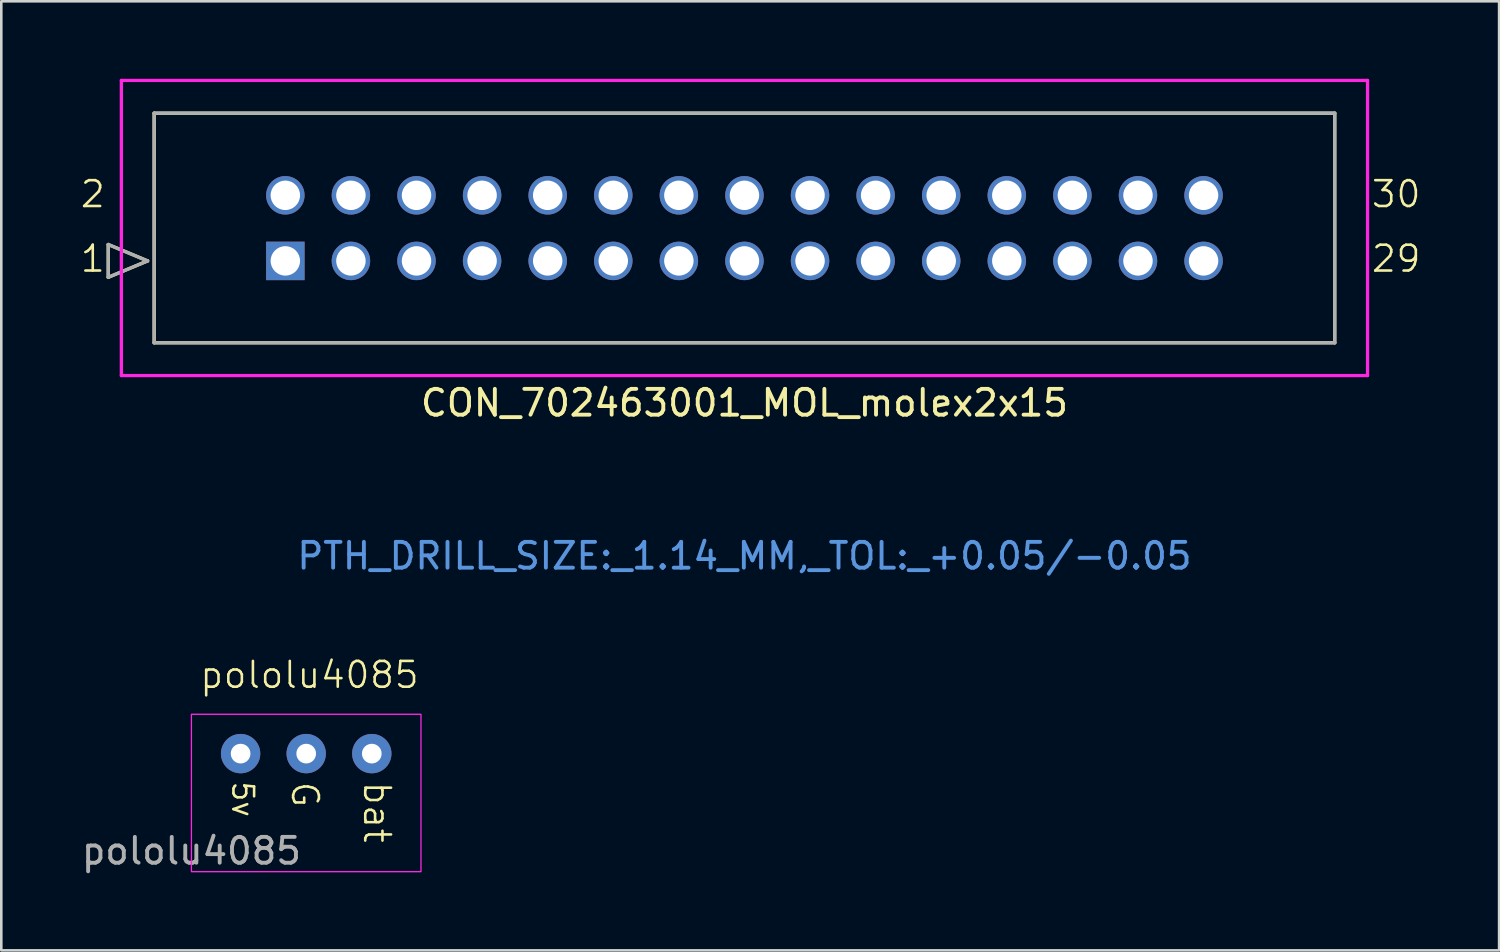
<source format=kicad_pcb>
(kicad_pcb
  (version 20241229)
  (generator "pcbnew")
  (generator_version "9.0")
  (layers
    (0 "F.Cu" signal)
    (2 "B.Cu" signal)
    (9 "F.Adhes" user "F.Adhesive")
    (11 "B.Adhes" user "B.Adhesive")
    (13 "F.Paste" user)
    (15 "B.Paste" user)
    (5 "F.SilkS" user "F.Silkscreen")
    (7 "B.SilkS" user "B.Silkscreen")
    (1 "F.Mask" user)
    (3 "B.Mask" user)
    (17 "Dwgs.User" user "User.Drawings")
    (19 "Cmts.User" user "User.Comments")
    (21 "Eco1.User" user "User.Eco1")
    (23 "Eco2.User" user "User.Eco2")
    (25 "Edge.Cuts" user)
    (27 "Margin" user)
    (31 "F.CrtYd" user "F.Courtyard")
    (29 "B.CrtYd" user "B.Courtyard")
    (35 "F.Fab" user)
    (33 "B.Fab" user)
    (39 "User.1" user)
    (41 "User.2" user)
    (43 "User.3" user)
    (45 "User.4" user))
  (footprint "CON_702463001_MOL_molex2x15"
    (layer "F.Cu")
    (at 8 7.054)
    (property "Reference" "CON_702463001_MOL_molex2x15" (at 17.78 5.5 0) (unlocked yes) (layer "F.SilkS") (effects (font (size 1 1) (thickness 0.15))))
    (attr through_hole)
    (fp_line (start -6.858 -0.635) (end -6.858 0.635) (stroke (width 0.127) (type solid)) (layer "F.SilkS"))
    (fp_line (start -6.858 0.635) (end -5.334 0) (stroke (width 0.127) (type solid)) (layer "F.SilkS"))
    (fp_line (start -5.334 0) (end -6.858 -0.635) (stroke (width 0.127) (type solid)) (layer "F.SilkS"))
    (fp_line (start -5.08 -5.72) (end -5.08 3.17) (stroke (width 0.127) (type solid)) (layer "F.SilkS"))
    (fp_line (start -5.08 3.17) (end 40.64 3.17) (stroke (width 0.127) (type solid)) (layer "F.SilkS"))
    (fp_line (start 40.64 -5.72) (end -5.08 -5.72) (stroke (width 0.127) (type solid)) (layer "F.SilkS"))
    (fp_line (start 40.64 3.17) (end 40.64 -5.72) (stroke (width 0.127) (type solid)) (layer "F.SilkS"))
    (fp_line (start -6.35 -6.99) (end -6.35 4.44) (stroke (width 0.127) (type solid)) (layer "F.CrtYd"))
    (fp_line (start -6.35 4.44) (end 41.91 4.44) (stroke (width 0.127) (type solid)) (layer "F.CrtYd"))
    (fp_line (start 41.91 -6.99) (end -6.35 -6.99) (stroke (width 0.127) (type solid)) (layer "F.CrtYd"))
    (fp_line (start 41.91 4.44) (end 41.91 -6.99) (stroke (width 0.127) (type solid)) (layer "F.CrtYd"))
    (fp_line (start -6.858 -0.635) (end -6.858 0.635) (stroke (width 0.127) (type solid)) (layer "F.Fab"))
    (fp_line (start -6.858 0.635) (end -5.334 0) (stroke (width 0.127) (type solid)) (layer "F.Fab"))
    (fp_line (start -5.334 0) (end -6.858 -0.635) (stroke (width 0.127) (type solid)) (layer "F.Fab"))
    (fp_line (start -5.08 -5.72) (end -5.08 3.17) (stroke (width 0.127) (type solid)) (layer "F.Fab"))
    (fp_line (start -5.08 3.17) (end 40.64 3.17) (stroke (width 0.127) (type solid)) (layer "F.Fab"))
    (fp_line (start 40.64 -5.72) (end -5.08 -5.72) (stroke (width 0.127) (type solid)) (layer "F.Fab"))
    (fp_line (start 40.64 3.17) (end 40.64 -5.72) (stroke (width 0.127) (type solid)) (layer "F.Fab"))
    (fp_text user "2" (at -8 -2 0) (unlocked yes) (layer "F.SilkS") (effects (font (size 1 1) (thickness 0.1)) (justify left bottom)))
    (fp_text user "29" (at 42 0.5 0) (unlocked yes) (layer "F.SilkS") (effects (font (size 1 1) (thickness 0.1)) (justify left bottom)))
    (fp_text user "30" (at 42 -2 0) (unlocked yes) (layer "F.SilkS") (effects (font (size 1 1) (thickness 0.1)) (justify left bottom)))
    (fp_text user "1" (at -8 0.5 0) (unlocked yes) (layer "F.SilkS") (effects (font (size 1 1) (thickness 0.1)) (justify left bottom)))
    (fp_text user "PTH_DRILL_SIZE:_1.14_MM,_TOL:_+0.05/-0.05" (at 17.78 11.425 0) (unlocked yes) (layer "Cmts.User") (effects (font (size 1 1) (thickness 0.15))))
    (pad "1" thru_hole rect (at 0 0) (size 1.49 1.49) (drill 1.14) (layers "*.Cu" "*.Mask"))
    (pad "2" thru_hole circle (at 0 -2.54) (size 1.49 1.49) (drill 1.14) (layers "*.Cu" "*.Mask"))
    (pad "3" thru_hole circle (at 2.54 0 90) (size 1.49 1.49) (drill 1.14) (layers "*.Cu" "*.Mask"))
    (pad "4" thru_hole circle (at 2.54 -2.54 90) (size 1.49 1.49) (drill 1.14) (layers "*.Cu" "*.Mask"))
    (pad "5" thru_hole circle (at 5.08 0 90) (size 1.49 1.49) (drill 1.14) (layers "*.Cu" "*.Mask"))
    (pad "6" thru_hole circle (at 5.08 -2.54 90) (size 1.49 1.49) (drill 1.14) (layers "*.Cu" "*.Mask"))
    (pad "7" thru_hole circle (at 7.62 0 90) (size 1.49 1.49) (drill 1.14) (layers "*.Cu" "*.Mask"))
    (pad "8" thru_hole circle (at 7.62 -2.54 90) (size 1.49 1.49) (drill 1.14) (layers "*.Cu" "*.Mask"))
    (pad "9" thru_hole circle (at 10.16 0 90) (size 1.49 1.49) (drill 1.14) (layers "*.Cu" "*.Mask"))
    (pad "10" thru_hole circle (at 10.16 -2.54 90) (size 1.49 1.49) (drill 1.14) (layers "*.Cu" "*.Mask"))
    (pad "11" thru_hole circle (at 12.7 0 90) (size 1.49 1.49) (drill 1.14) (layers "*.Cu" "*.Mask"))
    (pad "12" thru_hole circle (at 12.7 -2.54 90) (size 1.49 1.49) (drill 1.14) (layers "*.Cu" "*.Mask"))
    (pad "13" thru_hole circle (at 15.24 0 90) (size 1.49 1.49) (drill 1.14) (layers "*.Cu" "*.Mask"))
    (pad "14" thru_hole circle (at 15.24 -2.54 90) (size 1.49 1.49) (drill 1.14) (layers "*.Cu" "*.Mask"))
    (pad "15" thru_hole circle (at 17.78 0 90) (size 1.49 1.49) (drill 1.14) (layers "*.Cu" "*.Mask"))
    (pad "16" thru_hole circle (at 17.78 -2.54 90) (size 1.49 1.49) (drill 1.14) (layers "*.Cu" "*.Mask"))
    (pad "17" thru_hole circle (at 20.32 0 90) (size 1.49 1.49) (drill 1.14) (layers "*.Cu" "*.Mask"))
    (pad "18" thru_hole circle (at 20.32 -2.54 90) (size 1.49 1.49) (drill 1.14) (layers "*.Cu" "*.Mask"))
    (pad "19" thru_hole circle (at 22.86 0 90) (size 1.49 1.49) (drill 1.14) (layers "*.Cu" "*.Mask"))
    (pad "20" thru_hole circle (at 22.86 -2.54 90) (size 1.49 1.49) (drill 1.14) (layers "*.Cu" "*.Mask"))
    (pad "21" thru_hole circle (at 25.4 0 90) (size 1.49 1.49) (drill 1.14) (layers "*.Cu" "*.Mask"))
    (pad "22" thru_hole circle (at 25.4 -2.54 90) (size 1.49 1.49) (drill 1.14) (layers "*.Cu" "*.Mask"))
    (pad "23" thru_hole circle (at 27.94 0 90) (size 1.49 1.49) (drill 1.14) (layers "*.Cu" "*.Mask"))
    (pad "24" thru_hole circle (at 27.94 -2.54 90) (size 1.49 1.49) (drill 1.14) (layers "*.Cu" "*.Mask"))
    (pad "25" thru_hole circle (at 30.48 0 90) (size 1.49 1.49) (drill 1.14) (layers "*.Cu" "*.Mask"))
    (pad "26" thru_hole circle (at 30.48 -2.54 90) (size 1.49 1.49) (drill 1.14) (layers "*.Cu" "*.Mask"))
    (pad "27" thru_hole circle (at 33.02 0 90) (size 1.49 1.49) (drill 1.14) (layers "*.Cu" "*.Mask"))
    (pad "28" thru_hole circle (at 33.02 -2.54 90) (size 1.49 1.49) (drill 1.14) (layers "*.Cu" "*.Mask"))
    (pad "29" thru_hole circle (at 35.56 0 90) (size 1.49 1.49) (drill 1.14) (layers "*.Cu" "*.Mask"))
    (pad "30" thru_hole circle (at 35.56 -2.54 90) (size 1.49 1.49) (drill 1.14) (layers "*.Cu" "*.Mask")))
  (footprint "pololu4085"
    (layer "F.Cu")
    (at 4.363 27.405)
    (property "Reference" "pololu4085" (at 4.572 -4.318 0) (unlocked yes) (layer "F.SilkS") (effects (font (size 1 1) (thickness 0.1))))
    (attr through_hole)
    (fp_rect (start 0 -2.794) (end 8.89 3.302) (stroke (width 0.05) (type default)) (fill no) (layer "F.CrtYd"))
    (fp_text user "bat" (at 6.604 -0.254 270) (unlocked yes) (layer "F.SilkS") (effects (font (size 1 1) (thickness 0.1)) (justify left bottom)))
    (fp_text user "5v" (at 1.524 -0.254 270) (unlocked yes) (layer "F.SilkS") (effects (font (size 0.8 0.8) (thickness 0.1)) (justify left bottom)))
    (fp_text user "G" (at 3.81 -0.254 270) (unlocked yes) (layer "F.SilkS") (effects (font (size 1 1) (thickness 0.1)) (justify left bottom)))
    (fp_text user "${REFERENCE}" (at 0 2.5 0) (unlocked yes) (layer "F.Fab") (effects (font (size 1 1) (thickness 0.15))))
    (pad "1" thru_hole circle (at 1.905 -1.27) (size 1.524 1.524) (drill 0.762) (layers "*.Cu" "*.Mask"))
    (pad "2" thru_hole circle (at 4.445 -1.27) (size 1.524 1.524) (drill 0.762) (layers "*.Cu" "*.Mask"))
    (pad "3" thru_hole circle (at 6.985 -1.27) (size 1.524 1.524) (drill 0.762) (layers "*.Cu" "*.Mask")))
  (gr_rect
    (start -3 -3)
    (end 55.005 33.754)
    (stroke (width 0.1) (type default))
    (fill no)
    (layer "Edge.Cuts")))
</source>
